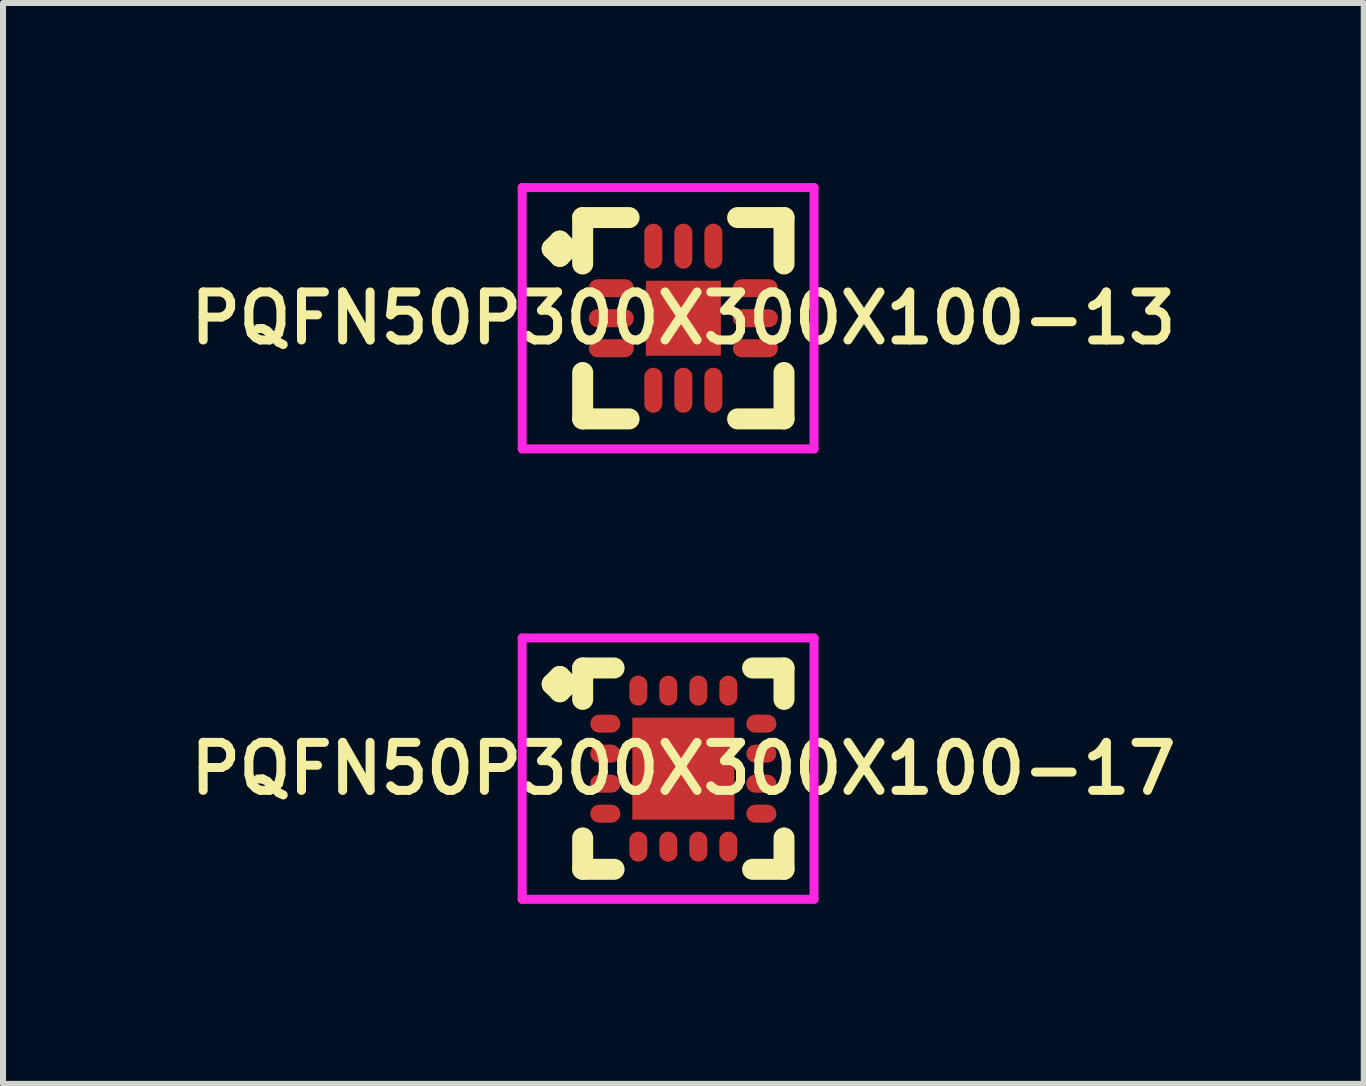
<source format=kicad_pcb>
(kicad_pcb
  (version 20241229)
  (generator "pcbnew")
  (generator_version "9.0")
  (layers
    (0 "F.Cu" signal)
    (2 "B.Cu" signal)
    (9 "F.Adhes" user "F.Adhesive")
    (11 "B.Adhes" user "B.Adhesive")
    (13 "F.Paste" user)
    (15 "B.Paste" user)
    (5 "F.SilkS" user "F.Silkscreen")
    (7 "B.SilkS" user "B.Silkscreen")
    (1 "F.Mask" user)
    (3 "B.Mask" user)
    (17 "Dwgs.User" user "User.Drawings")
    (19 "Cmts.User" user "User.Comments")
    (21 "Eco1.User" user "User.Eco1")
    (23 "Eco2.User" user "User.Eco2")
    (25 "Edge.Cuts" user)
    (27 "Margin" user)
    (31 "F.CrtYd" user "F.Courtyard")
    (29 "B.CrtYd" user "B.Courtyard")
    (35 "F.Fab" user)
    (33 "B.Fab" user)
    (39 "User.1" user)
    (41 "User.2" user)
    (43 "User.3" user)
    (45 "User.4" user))
  (footprint "PQFN50P300X300X100-17"
    (layer "F.Cu")
    (at 8.335 9.756)
    (property "Reference" "PQFN50P300X300X100-17" (at 0 0 0) (layer "F.SilkS") (effects (font (size 0.8 0.8) (thickness 0.15))))
    (attr smd)
    (fp_line (start -2.185 -1.408) (end -2.058 -1.535) (stroke (width 0.35) (type solid)) (layer "F.SilkS"))
    (fp_line (start -2.058 -1.535) (end -1.931 -1.408) (stroke (width 0.35) (type solid)) (layer "F.SilkS"))
    (fp_line (start -2.058 -1.281) (end -2.185 -1.408) (stroke (width 0.35) (type solid)) (layer "F.SilkS"))
    (fp_line (start -1.931 -1.408) (end -2.058 -1.281) (stroke (width 0.35) (type solid)) (layer "F.SilkS"))
    (fp_line (start -1.677 -1.677) (end -1.154 -1.677) (stroke (width 0.35) (type solid)) (layer "F.SilkS"))
    (fp_line (start -1.677 -1.154) (end -1.677 -1.677) (stroke (width 0.35) (type solid)) (layer "F.SilkS"))
    (fp_line (start -1.677 1.154) (end -1.677 1.677) (stroke (width 0.35) (type solid)) (layer "F.SilkS"))
    (fp_line (start -1.677 1.677) (end -1.154 1.677) (stroke (width 0.35) (type solid)) (layer "F.SilkS"))
    (fp_line (start 1.154 -1.677) (end 1.677 -1.677) (stroke (width 0.35) (type solid)) (layer "F.SilkS"))
    (fp_line (start 1.154 1.677) (end 1.677 1.677) (stroke (width 0.35) (type solid)) (layer "F.SilkS"))
    (fp_line (start 1.677 -1.677) (end 1.677 -1.154) (stroke (width 0.35) (type solid)) (layer "F.SilkS"))
    (fp_line (start 1.677 1.677) (end 1.677 1.154) (stroke (width 0.35) (type solid)) (layer "F.SilkS"))
    (fp_line (start -2.685 -2.177) (end 2.177 -2.177) (stroke (width 0.15) (type solid)) (layer "F.CrtYd"))
    (fp_line (start -2.685 2.177) (end -2.685 -2.177) (stroke (width 0.15) (type solid)) (layer "F.CrtYd"))
    (fp_line (start 2.177 -2.177) (end 2.177 2.177) (stroke (width 0.15) (type solid)) (layer "F.CrtYd"))
    (fp_line (start 2.177 2.177) (end -2.685 2.177) (stroke (width 0.15) (type solid)) (layer "F.CrtYd"))
    (pad "1" smd oval (at -1.3 -0.75) (size 0.5 0.3) (layers "F.Cu" "F.Mask" "F.Paste"))
    (pad "2" smd oval (at -1.3 -0.25) (size 0.5 0.3) (layers "F.Cu" "F.Mask" "F.Paste"))
    (pad "3" smd oval (at -1.3 0.25) (size 0.5 0.3) (layers "F.Cu" "F.Mask" "F.Paste"))
    (pad "4" smd oval (at -1.3 0.75) (size 0.5 0.3) (layers "F.Cu" "F.Mask" "F.Paste"))
    (pad "5" smd oval (at -0.75 1.3) (size 0.3 0.5) (layers "F.Cu" "F.Mask" "F.Paste"))
    (pad "6" smd oval (at -0.25 1.3) (size 0.3 0.5) (layers "F.Cu" "F.Mask" "F.Paste"))
    (pad "7" smd oval (at 0.25 1.3) (size 0.3 0.5) (layers "F.Cu" "F.Mask" "F.Paste"))
    (pad "8" smd oval (at 0.75 1.3) (size 0.3 0.5) (layers "F.Cu" "F.Mask" "F.Paste"))
    (pad "9" smd oval (at 1.3 0.75) (size 0.5 0.3) (layers "F.Cu" "F.Mask" "F.Paste"))
    (pad "10" smd oval (at 1.3 0.25) (size 0.5 0.3) (layers "F.Cu" "F.Mask" "F.Paste"))
    (pad "11" smd oval (at 1.3 -0.25) (size 0.5 0.3) (layers "F.Cu" "F.Mask" "F.Paste"))
    (pad "12" smd oval (at 1.3 -0.75) (size 0.5 0.3) (layers "F.Cu" "F.Mask" "F.Paste"))
    (pad "13" smd oval (at 0.75 -1.3) (size 0.3 0.5) (layers "F.Cu" "F.Mask" "F.Paste"))
    (pad "14" smd oval (at 0.25 -1.3) (size 0.3 0.5) (layers "F.Cu" "F.Mask" "F.Paste"))
    (pad "15" smd oval (at -0.25 -1.3) (size 0.3 0.5) (layers "F.Cu" "F.Mask" "F.Paste"))
    (pad "16" smd oval (at -0.75 -1.3) (size 0.3 0.5) (layers "F.Cu" "F.Mask" "F.Paste"))
    (pad "17" smd rect (at 0 0) (size 1.7 1.7) (layers "F.Cu" "F.Mask" "F.Paste")))
  (footprint "PQFN50P300X300X100-13"
    (layer "F.Cu")
    (at 8.335 2.252)
    (property "Reference" "PQFN50P300X300X100-13" (at 0 0 0) (layer "F.SilkS") (effects (font (size 0.8 0.8) (thickness 0.15))))
    (attr smd)
    (fp_line (start -2.185 -1.158) (end -2.058 -1.285) (stroke (width 0.35) (type solid)) (layer "F.SilkS"))
    (fp_line (start -2.058 -1.285) (end -1.931 -1.158) (stroke (width 0.35) (type solid)) (layer "F.SilkS"))
    (fp_line (start -2.058 -1.031) (end -2.185 -1.158) (stroke (width 0.35) (type solid)) (layer "F.SilkS"))
    (fp_line (start -1.931 -1.158) (end -2.058 -1.031) (stroke (width 0.35) (type solid)) (layer "F.SilkS"))
    (fp_line (start -1.677 -1.677) (end -0.904 -1.677) (stroke (width 0.35) (type solid)) (layer "F.SilkS"))
    (fp_line (start -1.677 -0.904) (end -1.677 -1.677) (stroke (width 0.35) (type solid)) (layer "F.SilkS"))
    (fp_line (start -1.677 0.904) (end -1.677 1.677) (stroke (width 0.35) (type solid)) (layer "F.SilkS"))
    (fp_line (start -1.677 1.677) (end -0.904 1.677) (stroke (width 0.35) (type solid)) (layer "F.SilkS"))
    (fp_line (start 0.904 -1.677) (end 1.677 -1.677) (stroke (width 0.35) (type solid)) (layer "F.SilkS"))
    (fp_line (start 0.904 1.677) (end 1.677 1.677) (stroke (width 0.35) (type solid)) (layer "F.SilkS"))
    (fp_line (start 1.677 -1.677) (end 1.677 -0.904) (stroke (width 0.35) (type solid)) (layer "F.SilkS"))
    (fp_line (start 1.677 1.677) (end 1.677 0.904) (stroke (width 0.35) (type solid)) (layer "F.SilkS"))
    (fp_line (start -2.685 -2.177) (end 2.177 -2.177) (stroke (width 0.15) (type solid)) (layer "F.CrtYd"))
    (fp_line (start -2.685 2.177) (end -2.685 -2.177) (stroke (width 0.15) (type solid)) (layer "F.CrtYd"))
    (fp_line (start 2.177 -2.177) (end 2.177 2.177) (stroke (width 0.15) (type solid)) (layer "F.CrtYd"))
    (fp_line (start 2.177 2.177) (end -2.685 2.177) (stroke (width 0.15) (type solid)) (layer "F.CrtYd"))
    (pad "1" smd oval (at -1.2 -0.5) (size 0.75 0.3) (layers "F.Cu" "F.Mask" "F.Paste"))
    (pad "2" smd oval (at -1.2 0) (size 0.75 0.3) (layers "F.Cu" "F.Mask" "F.Paste"))
    (pad "3" smd oval (at -1.2 0.5) (size 0.75 0.3) (layers "F.Cu" "F.Mask" "F.Paste"))
    (pad "4" smd oval (at -0.5 1.2) (size 0.3 0.75) (layers "F.Cu" "F.Mask" "F.Paste"))
    (pad "5" smd oval (at 0 1.2) (size 0.3 0.75) (layers "F.Cu" "F.Mask" "F.Paste"))
    (pad "6" smd oval (at 0.5 1.2) (size 0.3 0.75) (layers "F.Cu" "F.Mask" "F.Paste"))
    (pad "7" smd oval (at 1.2 0.5) (size 0.75 0.3) (layers "F.Cu" "F.Mask" "F.Paste"))
    (pad "8" smd oval (at 1.2 0) (size 0.75 0.3) (layers "F.Cu" "F.Mask" "F.Paste"))
    (pad "9" smd oval (at 1.2 -0.5) (size 0.75 0.3) (layers "F.Cu" "F.Mask" "F.Paste"))
    (pad "10" smd oval (at 0.5 -1.2) (size 0.3 0.75) (layers "F.Cu" "F.Mask" "F.Paste"))
    (pad "11" smd oval (at 0 -1.2) (size 0.3 0.75) (layers "F.Cu" "F.Mask" "F.Paste"))
    (pad "12" smd oval (at -0.5 -1.2) (size 0.3 0.75) (layers "F.Cu" "F.Mask" "F.Paste"))
    (pad "13" smd rect (at 0 0) (size 1.25 1.25) (layers "F.Cu" "F.Mask" "F.Paste")))
  (gr_rect
    (start -3 -3)
    (end 19.671 15.008)
    (stroke (width 0.1) (type default))
    (fill no)
    (layer "Edge.Cuts")))
</source>
